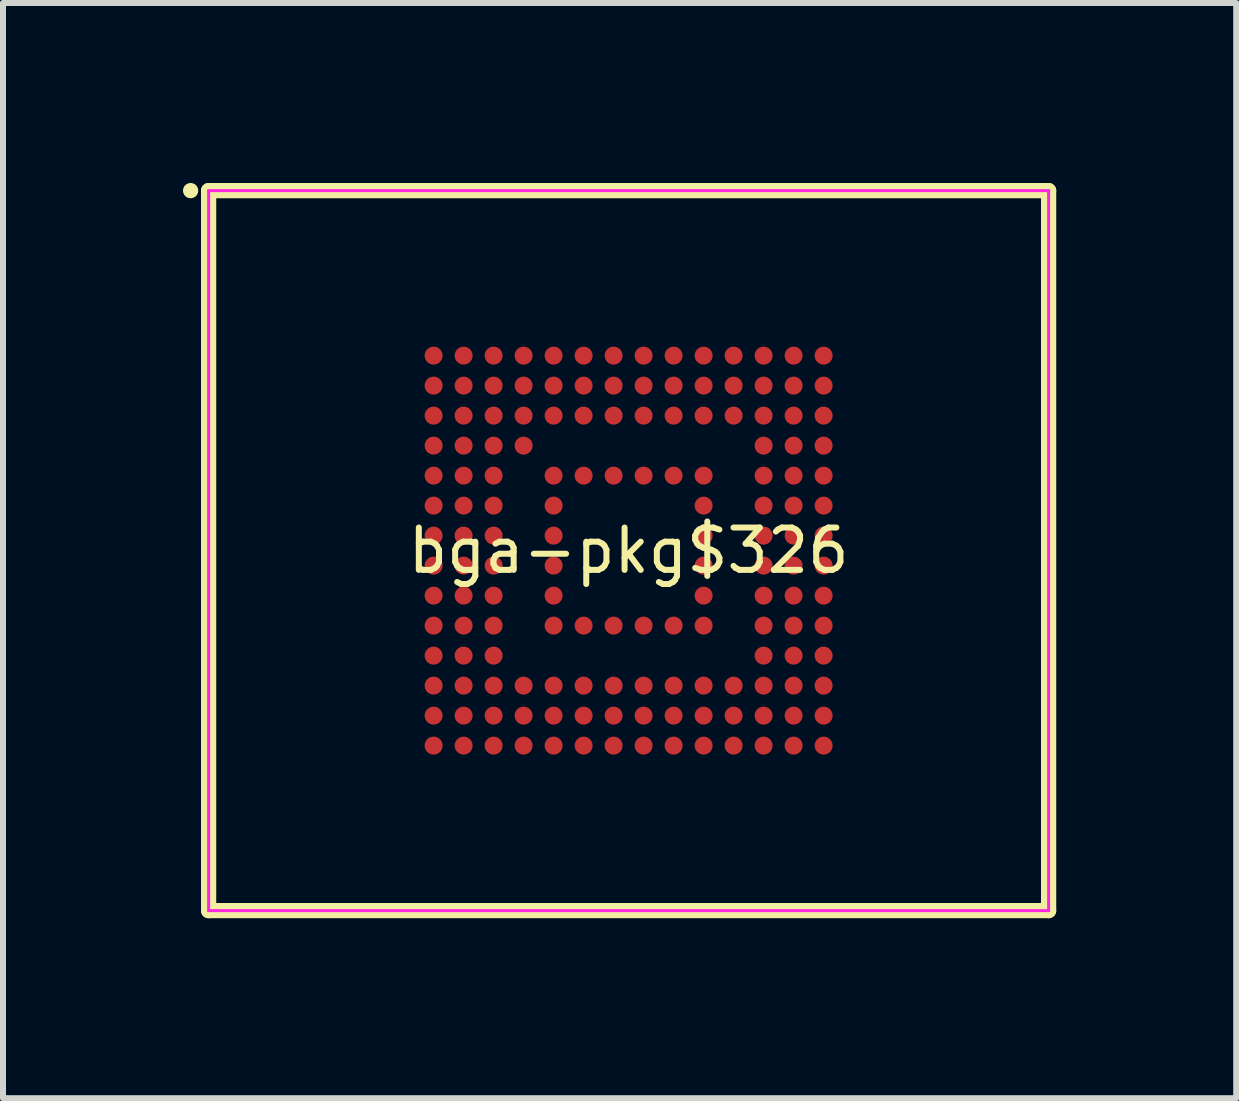
<source format=kicad_pcb>
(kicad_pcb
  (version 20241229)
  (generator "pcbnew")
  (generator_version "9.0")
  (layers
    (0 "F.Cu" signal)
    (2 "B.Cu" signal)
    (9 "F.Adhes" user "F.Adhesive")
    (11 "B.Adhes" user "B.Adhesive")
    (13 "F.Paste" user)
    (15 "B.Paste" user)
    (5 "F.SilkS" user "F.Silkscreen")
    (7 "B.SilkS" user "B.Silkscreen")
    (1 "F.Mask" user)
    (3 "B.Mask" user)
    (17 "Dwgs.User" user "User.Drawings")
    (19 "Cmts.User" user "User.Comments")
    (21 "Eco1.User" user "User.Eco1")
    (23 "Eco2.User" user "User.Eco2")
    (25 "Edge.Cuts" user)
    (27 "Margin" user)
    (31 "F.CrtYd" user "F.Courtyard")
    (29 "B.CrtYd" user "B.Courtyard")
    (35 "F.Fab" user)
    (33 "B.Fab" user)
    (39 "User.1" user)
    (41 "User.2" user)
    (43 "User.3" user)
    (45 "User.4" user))
  (footprint "bga-pkg$326"
    (layer "F.Cu")
    (at 7.427 6.127)
    (property "Reference" "bga-pkg$326" (at 0 0 0) (layer "F.SilkS") (effects (font (size 0.706 0.706) (thickness 0.1))))
    (attr through_hole)
    (fp_line (start -7 -6) (end -7 6) (stroke (width 0.254) (type solid)) (layer "F.SilkS"))
    (fp_line (start -7 6) (end 7 6) (stroke (width 0.254) (type solid)) (layer "F.SilkS"))
    (fp_line (start 7 -6) (end -7 -6) (stroke (width 0.254) (type solid)) (layer "F.SilkS"))
    (fp_line (start 7 6) (end 7 -6) (stroke (width 0.254) (type solid)) (layer "F.SilkS"))
    (fp_poly (pts (xy -7.173 -6) (xy -7.175 -6.025) (xy -7.183 -6.049) (xy -7.194 -6.071) (xy -7.21 -6.09) (xy -7.229 -6.106) (xy -7.251 -6.117) (xy -7.275 -6.125) (xy -7.3 -6.127) (xy -7.325 -6.125) (xy -7.349 -6.117) (xy -7.371 -6.106) (xy -7.39 -6.09) (xy -7.406 -6.071) (xy -7.417 -6.049) (xy -7.425 -6.025) (xy -7.427 -6) (xy -7.425 -5.975) (xy -7.417 -5.951) (xy -7.406 -5.929) (xy -7.39 -5.91) (xy -7.371 -5.894) (xy -7.349 -5.883) (xy -7.325 -5.875) (xy -7.3 -5.873) (xy -7.275 -5.875) (xy -7.251 -5.883) (xy -7.229 -5.894) (xy -7.21 -5.91) (xy -7.194 -5.929) (xy -7.183 -5.951) (xy -7.175 -5.975)) (stroke (width 0) (type solid)) (fill yes) (layer "F.SilkS"))
    (fp_line (start -7 -6) (end -7 6) (stroke (width 0.05) (type solid)) (layer "F.CrtYd"))
    (fp_line (start -7 6) (end 7 6) (stroke (width 0.05) (type solid)) (layer "F.CrtYd"))
    (fp_line (start 7 -6) (end -7 -6) (stroke (width 0.05) (type solid)) (layer "F.CrtYd"))
    (fp_line (start 7 6) (end 7 -6) (stroke (width 0.05) (type solid)) (layer "F.CrtYd"))
    (pad "A1" smd circle (at -3.25 -3.25) (size 0.3 0.3) (layers "F.Cu" "F.Mask" "F.Paste"))
    (pad "A2" smd circle (at -2.75 -3.25) (size 0.3 0.3) (layers "F.Cu" "F.Mask" "F.Paste"))
    (pad "A3" smd circle (at -2.25 -3.25) (size 0.3 0.3) (layers "F.Cu" "F.Mask" "F.Paste"))
    (pad "A4" smd circle (at -1.75 -3.25) (size 0.3 0.3) (layers "F.Cu" "F.Mask" "F.Paste"))
    (pad "A5" smd circle (at -1.25 -3.25) (size 0.3 0.3) (layers "F.Cu" "F.Mask" "F.Paste"))
    (pad "A6" smd circle (at -0.75 -3.25) (size 0.3 0.3) (layers "F.Cu" "F.Mask" "F.Paste"))
    (pad "A7" smd circle (at -0.25 -3.25) (size 0.3 0.3) (layers "F.Cu" "F.Mask" "F.Paste"))
    (pad "A8" smd circle (at 0.25 -3.25) (size 0.3 0.3) (layers "F.Cu" "F.Mask" "F.Paste"))
    (pad "A9" smd circle (at 0.75 -3.25) (size 0.3 0.3) (layers "F.Cu" "F.Mask" "F.Paste"))
    (pad "A10" smd circle (at 1.25 -3.25) (size 0.3 0.3) (layers "F.Cu" "F.Mask" "F.Paste"))
    (pad "A11" smd circle (at 1.75 -3.25) (size 0.3 0.3) (layers "F.Cu" "F.Mask" "F.Paste"))
    (pad "A12" smd circle (at 2.25 -3.25) (size 0.3 0.3) (layers "F.Cu" "F.Mask" "F.Paste"))
    (pad "A13" smd circle (at 2.75 -3.25) (size 0.3 0.3) (layers "F.Cu" "F.Mask" "F.Paste"))
    (pad "A14" smd circle (at 3.25 -3.25) (size 0.3 0.3) (layers "F.Cu" "F.Mask" "F.Paste"))
    (pad "B1" smd circle (at -3.25 -2.75) (size 0.3 0.3) (layers "F.Cu" "F.Mask" "F.Paste"))
    (pad "B2" smd circle (at -2.75 -2.75) (size 0.3 0.3) (layers "F.Cu" "F.Mask" "F.Paste"))
    (pad "B3" smd circle (at -2.25 -2.75) (size 0.3 0.3) (layers "F.Cu" "F.Mask" "F.Paste"))
    (pad "B4" smd circle (at -1.75 -2.75) (size 0.3 0.3) (layers "F.Cu" "F.Mask" "F.Paste"))
    (pad "B5" smd circle (at -1.25 -2.75) (size 0.3 0.3) (layers "F.Cu" "F.Mask" "F.Paste"))
    (pad "B6" smd circle (at -0.75 -2.75) (size 0.3 0.3) (layers "F.Cu" "F.Mask" "F.Paste"))
    (pad "B7" smd circle (at -0.25 -2.75) (size 0.3 0.3) (layers "F.Cu" "F.Mask" "F.Paste"))
    (pad "B8" smd circle (at 0.25 -2.75) (size 0.3 0.3) (layers "F.Cu" "F.Mask" "F.Paste"))
    (pad "B9" smd circle (at 0.75 -2.75) (size 0.3 0.3) (layers "F.Cu" "F.Mask" "F.Paste"))
    (pad "B10" smd circle (at 1.25 -2.75) (size 0.3 0.3) (layers "F.Cu" "F.Mask" "F.Paste"))
    (pad "B11" smd circle (at 1.75 -2.75) (size 0.3 0.3) (layers "F.Cu" "F.Mask" "F.Paste"))
    (pad "B12" smd circle (at 2.25 -2.75) (size 0.3 0.3) (layers "F.Cu" "F.Mask" "F.Paste"))
    (pad "B13" smd circle (at 2.75 -2.75) (size 0.3 0.3) (layers "F.Cu" "F.Mask" "F.Paste"))
    (pad "B14" smd circle (at 3.25 -2.75) (size 0.3 0.3) (layers "F.Cu" "F.Mask" "F.Paste"))
    (pad "C1" smd circle (at -3.25 -2.25) (size 0.3 0.3) (layers "F.Cu" "F.Mask" "F.Paste"))
    (pad "C2" smd circle (at -2.75 -2.25) (size 0.3 0.3) (layers "F.Cu" "F.Mask" "F.Paste"))
    (pad "C3" smd circle (at -2.25 -2.25) (size 0.3 0.3) (layers "F.Cu" "F.Mask" "F.Paste"))
    (pad "C4" smd circle (at -1.75 -2.25) (size 0.3 0.3) (layers "F.Cu" "F.Mask" "F.Paste"))
    (pad "C5" smd circle (at -1.25 -2.25) (size 0.3 0.3) (layers "F.Cu" "F.Mask" "F.Paste"))
    (pad "C6" smd circle (at -0.75 -2.25) (size 0.3 0.3) (layers "F.Cu" "F.Mask" "F.Paste"))
    (pad "C7" smd circle (at -0.25 -2.25) (size 0.3 0.3) (layers "F.Cu" "F.Mask" "F.Paste"))
    (pad "C8" smd circle (at 0.25 -2.25) (size 0.3 0.3) (layers "F.Cu" "F.Mask" "F.Paste"))
    (pad "C9" smd circle (at 0.75 -2.25) (size 0.3 0.3) (layers "F.Cu" "F.Mask" "F.Paste"))
    (pad "C10" smd circle (at 1.25 -2.25) (size 0.3 0.3) (layers "F.Cu" "F.Mask" "F.Paste"))
    (pad "C11" smd circle (at 1.75 -2.25) (size 0.3 0.3) (layers "F.Cu" "F.Mask" "F.Paste"))
    (pad "C12" smd circle (at 2.25 -2.25) (size 0.3 0.3) (layers "F.Cu" "F.Mask" "F.Paste"))
    (pad "C13" smd circle (at 2.75 -2.25) (size 0.3 0.3) (layers "F.Cu" "F.Mask" "F.Paste"))
    (pad "C14" smd circle (at 3.25 -2.25) (size 0.3 0.3) (layers "F.Cu" "F.Mask" "F.Paste"))
    (pad "D1" smd circle (at -3.25 -1.75) (size 0.3 0.3) (layers "F.Cu" "F.Mask" "F.Paste"))
    (pad "D2" smd circle (at -2.75 -1.75) (size 0.3 0.3) (layers "F.Cu" "F.Mask" "F.Paste"))
    (pad "D3" smd circle (at -2.25 -1.75) (size 0.3 0.3) (layers "F.Cu" "F.Mask" "F.Paste"))
    (pad "D4" smd circle (at -1.75 -1.75) (size 0.3 0.3) (layers "F.Cu" "F.Mask" "F.Paste"))
    (pad "D12" smd circle (at 2.25 -1.75) (size 0.3 0.3) (layers "F.Cu" "F.Mask" "F.Paste"))
    (pad "D13" smd circle (at 2.75 -1.75) (size 0.3 0.3) (layers "F.Cu" "F.Mask" "F.Paste"))
    (pad "D14" smd circle (at 3.25 -1.75) (size 0.3 0.3) (layers "F.Cu" "F.Mask" "F.Paste"))
    (pad "E1" smd circle (at -3.25 -1.25) (size 0.3 0.3) (layers "F.Cu" "F.Mask" "F.Paste"))
    (pad "E2" smd circle (at -2.75 -1.25) (size 0.3 0.3) (layers "F.Cu" "F.Mask" "F.Paste"))
    (pad "E3" smd circle (at -2.25 -1.25) (size 0.3 0.3) (layers "F.Cu" "F.Mask" "F.Paste"))
    (pad "E5" smd circle (at -1.25 -1.25) (size 0.3 0.3) (layers "F.Cu" "F.Mask" "F.Paste"))
    (pad "E6" smd circle (at -0.75 -1.25) (size 0.3 0.3) (layers "F.Cu" "F.Mask" "F.Paste"))
    (pad "E7" smd circle (at -0.25 -1.25) (size 0.3 0.3) (layers "F.Cu" "F.Mask" "F.Paste"))
    (pad "E8" smd circle (at 0.25 -1.25) (size 0.3 0.3) (layers "F.Cu" "F.Mask" "F.Paste"))
    (pad "E9" smd circle (at 0.75 -1.25) (size 0.3 0.3) (layers "F.Cu" "F.Mask" "F.Paste"))
    (pad "E10" smd circle (at 1.25 -1.25) (size 0.3 0.3) (layers "F.Cu" "F.Mask" "F.Paste"))
    (pad "E12" smd circle (at 2.25 -1.25) (size 0.3 0.3) (layers "F.Cu" "F.Mask" "F.Paste"))
    (pad "E13" smd circle (at 2.75 -1.25) (size 0.3 0.3) (layers "F.Cu" "F.Mask" "F.Paste"))
    (pad "E14" smd circle (at 3.25 -1.25) (size 0.3 0.3) (layers "F.Cu" "F.Mask" "F.Paste"))
    (pad "F1" smd circle (at -3.25 -0.75) (size 0.3 0.3) (layers "F.Cu" "F.Mask" "F.Paste"))
    (pad "F2" smd circle (at -2.75 -0.75) (size 0.3 0.3) (layers "F.Cu" "F.Mask" "F.Paste"))
    (pad "F3" smd circle (at -2.25 -0.75) (size 0.3 0.3) (layers "F.Cu" "F.Mask" "F.Paste"))
    (pad "F5" smd circle (at -1.25 -0.75) (size 0.3 0.3) (layers "F.Cu" "F.Mask" "F.Paste"))
    (pad "F10" smd circle (at 1.25 -0.75) (size 0.3 0.3) (layers "F.Cu" "F.Mask" "F.Paste"))
    (pad "F12" smd circle (at 2.25 -0.75) (size 0.3 0.3) (layers "F.Cu" "F.Mask" "F.Paste"))
    (pad "F13" smd circle (at 2.75 -0.75) (size 0.3 0.3) (layers "F.Cu" "F.Mask" "F.Paste"))
    (pad "F14" smd circle (at 3.25 -0.75) (size 0.3 0.3) (layers "F.Cu" "F.Mask" "F.Paste"))
    (pad "G1" smd circle (at -3.25 -0.25) (size 0.3 0.3) (layers "F.Cu" "F.Mask" "F.Paste"))
    (pad "G2" smd circle (at -2.75 -0.25) (size 0.3 0.3) (layers "F.Cu" "F.Mask" "F.Paste"))
    (pad "G3" smd circle (at -2.25 -0.25) (size 0.3 0.3) (layers "F.Cu" "F.Mask" "F.Paste"))
    (pad "G5" smd circle (at -1.25 -0.25) (size 0.3 0.3) (layers "F.Cu" "F.Mask" "F.Paste"))
    (pad "G10" smd circle (at 1.25 -0.25) (size 0.3 0.3) (layers "F.Cu" "F.Mask" "F.Paste"))
    (pad "G12" smd circle (at 2.25 -0.25) (size 0.3 0.3) (layers "F.Cu" "F.Mask" "F.Paste"))
    (pad "G13" smd circle (at 2.75 -0.25) (size 0.3 0.3) (layers "F.Cu" "F.Mask" "F.Paste"))
    (pad "G14" smd circle (at 3.25 -0.25) (size 0.3 0.3) (layers "F.Cu" "F.Mask" "F.Paste"))
    (pad "H1" smd circle (at -3.25 0.25) (size 0.3 0.3) (layers "F.Cu" "F.Mask" "F.Paste"))
    (pad "H2" smd circle (at -2.75 0.25) (size 0.3 0.3) (layers "F.Cu" "F.Mask" "F.Paste"))
    (pad "H3" smd circle (at -2.25 0.25) (size 0.3 0.3) (layers "F.Cu" "F.Mask" "F.Paste"))
    (pad "H5" smd circle (at -1.25 0.25) (size 0.3 0.3) (layers "F.Cu" "F.Mask" "F.Paste"))
    (pad "H10" smd circle (at 1.25 0.25) (size 0.3 0.3) (layers "F.Cu" "F.Mask" "F.Paste"))
    (pad "H12" smd circle (at 2.25 0.25) (size 0.3 0.3) (layers "F.Cu" "F.Mask" "F.Paste"))
    (pad "H13" smd circle (at 2.75 0.25) (size 0.3 0.3) (layers "F.Cu" "F.Mask" "F.Paste"))
    (pad "H14" smd circle (at 3.25 0.25) (size 0.3 0.3) (layers "F.Cu" "F.Mask" "F.Paste"))
    (pad "J1" smd circle (at -3.25 0.75) (size 0.3 0.3) (layers "F.Cu" "F.Mask" "F.Paste"))
    (pad "J2" smd circle (at -2.75 0.75) (size 0.3 0.3) (layers "F.Cu" "F.Mask" "F.Paste"))
    (pad "J3" smd circle (at -2.25 0.75) (size 0.3 0.3) (layers "F.Cu" "F.Mask" "F.Paste"))
    (pad "J5" smd circle (at -1.25 0.75) (size 0.3 0.3) (layers "F.Cu" "F.Mask" "F.Paste"))
    (pad "J10" smd circle (at 1.25 0.75) (size 0.3 0.3) (layers "F.Cu" "F.Mask" "F.Paste"))
    (pad "J12" smd circle (at 2.25 0.75) (size 0.3 0.3) (layers "F.Cu" "F.Mask" "F.Paste"))
    (pad "J13" smd circle (at 2.75 0.75) (size 0.3 0.3) (layers "F.Cu" "F.Mask" "F.Paste"))
    (pad "J14" smd circle (at 3.25 0.75) (size 0.3 0.3) (layers "F.Cu" "F.Mask" "F.Paste"))
    (pad "K1" smd circle (at -3.25 1.25) (size 0.3 0.3) (layers "F.Cu" "F.Mask" "F.Paste"))
    (pad "K2" smd circle (at -2.75 1.25) (size 0.3 0.3) (layers "F.Cu" "F.Mask" "F.Paste"))
    (pad "K3" smd circle (at -2.25 1.25) (size 0.3 0.3) (layers "F.Cu" "F.Mask" "F.Paste"))
    (pad "K5" smd circle (at -1.25 1.25) (size 0.3 0.3) (layers "F.Cu" "F.Mask" "F.Paste"))
    (pad "K6" smd circle (at -0.75 1.25) (size 0.3 0.3) (layers "F.Cu" "F.Mask" "F.Paste"))
    (pad "K7" smd circle (at -0.25 1.25) (size 0.3 0.3) (layers "F.Cu" "F.Mask" "F.Paste"))
    (pad "K8" smd circle (at 0.25 1.25) (size 0.3 0.3) (layers "F.Cu" "F.Mask" "F.Paste"))
    (pad "K9" smd circle (at 0.75 1.25) (size 0.3 0.3) (layers "F.Cu" "F.Mask" "F.Paste"))
    (pad "K10" smd circle (at 1.25 1.25) (size 0.3 0.3) (layers "F.Cu" "F.Mask" "F.Paste"))
    (pad "K12" smd circle (at 2.25 1.25) (size 0.3 0.3) (layers "F.Cu" "F.Mask" "F.Paste"))
    (pad "K13" smd circle (at 2.75 1.25) (size 0.3 0.3) (layers "F.Cu" "F.Mask" "F.Paste"))
    (pad "K14" smd circle (at 3.25 1.25) (size 0.3 0.3) (layers "F.Cu" "F.Mask" "F.Paste"))
    (pad "L1" smd circle (at -3.25 1.75) (size 0.3 0.3) (layers "F.Cu" "F.Mask" "F.Paste"))
    (pad "L2" smd circle (at -2.75 1.75) (size 0.3 0.3) (layers "F.Cu" "F.Mask" "F.Paste"))
    (pad "L3" smd circle (at -2.25 1.75) (size 0.3 0.3) (layers "F.Cu" "F.Mask" "F.Paste"))
    (pad "L12" smd circle (at 2.25 1.75) (size 0.3 0.3) (layers "F.Cu" "F.Mask" "F.Paste"))
    (pad "L13" smd circle (at 2.75 1.75) (size 0.3 0.3) (layers "F.Cu" "F.Mask" "F.Paste"))
    (pad "L14" smd circle (at 3.25 1.75) (size 0.3 0.3) (layers "F.Cu" "F.Mask" "F.Paste"))
    (pad "M1" smd circle (at -3.25 2.25) (size 0.3 0.3) (layers "F.Cu" "F.Mask" "F.Paste"))
    (pad "M2" smd circle (at -2.75 2.25) (size 0.3 0.3) (layers "F.Cu" "F.Mask" "F.Paste"))
    (pad "M3" smd circle (at -2.25 2.25) (size 0.3 0.3) (layers "F.Cu" "F.Mask" "F.Paste"))
    (pad "M4" smd circle (at -1.75 2.25) (size 0.3 0.3) (layers "F.Cu" "F.Mask" "F.Paste"))
    (pad "M5" smd circle (at -1.25 2.25) (size 0.3 0.3) (layers "F.Cu" "F.Mask" "F.Paste"))
    (pad "M6" smd circle (at -0.75 2.25) (size 0.3 0.3) (layers "F.Cu" "F.Mask" "F.Paste"))
    (pad "M7" smd circle (at -0.25 2.25) (size 0.3 0.3) (layers "F.Cu" "F.Mask" "F.Paste"))
    (pad "M8" smd circle (at 0.25 2.25) (size 0.3 0.3) (layers "F.Cu" "F.Mask" "F.Paste"))
    (pad "M9" smd circle (at 0.75 2.25) (size 0.3 0.3) (layers "F.Cu" "F.Mask" "F.Paste"))
    (pad "M10" smd circle (at 1.25 2.25) (size 0.3 0.3) (layers "F.Cu" "F.Mask" "F.Paste"))
    (pad "M11" smd circle (at 1.75 2.25) (size 0.3 0.3) (layers "F.Cu" "F.Mask" "F.Paste"))
    (pad "M12" smd circle (at 2.25 2.25) (size 0.3 0.3) (layers "F.Cu" "F.Mask" "F.Paste"))
    (pad "M13" smd circle (at 2.75 2.25) (size 0.3 0.3) (layers "F.Cu" "F.Mask" "F.Paste"))
    (pad "M14" smd circle (at 3.25 2.25) (size 0.3 0.3) (layers "F.Cu" "F.Mask" "F.Paste"))
    (pad "N1" smd circle (at -3.25 2.75) (size 0.3 0.3) (layers "F.Cu" "F.Mask" "F.Paste"))
    (pad "N2" smd circle (at -2.75 2.75) (size 0.3 0.3) (layers "F.Cu" "F.Mask" "F.Paste"))
    (pad "N3" smd circle (at -2.25 2.75) (size 0.3 0.3) (layers "F.Cu" "F.Mask" "F.Paste"))
    (pad "N4" smd circle (at -1.75 2.75) (size 0.3 0.3) (layers "F.Cu" "F.Mask" "F.Paste"))
    (pad "N5" smd circle (at -1.25 2.75) (size 0.3 0.3) (layers "F.Cu" "F.Mask" "F.Paste"))
    (pad "N6" smd circle (at -0.75 2.75) (size 0.3 0.3) (layers "F.Cu" "F.Mask" "F.Paste"))
    (pad "N7" smd circle (at -0.25 2.75) (size 0.3 0.3) (layers "F.Cu" "F.Mask" "F.Paste"))
    (pad "N8" smd circle (at 0.25 2.75) (size 0.3 0.3) (layers "F.Cu" "F.Mask" "F.Paste"))
    (pad "N9" smd circle (at 0.75 2.75) (size 0.3 0.3) (layers "F.Cu" "F.Mask" "F.Paste"))
    (pad "N10" smd circle (at 1.25 2.75) (size 0.3 0.3) (layers "F.Cu" "F.Mask" "F.Paste"))
    (pad "N11" smd circle (at 1.75 2.75) (size 0.3 0.3) (layers "F.Cu" "F.Mask" "F.Paste"))
    (pad "N12" smd circle (at 2.25 2.75) (size 0.3 0.3) (layers "F.Cu" "F.Mask" "F.Paste"))
    (pad "N13" smd circle (at 2.75 2.75) (size 0.3 0.3) (layers "F.Cu" "F.Mask" "F.Paste"))
    (pad "N14" smd circle (at 3.25 2.75) (size 0.3 0.3) (layers "F.Cu" "F.Mask" "F.Paste"))
    (pad "P1" smd circle (at -3.25 3.25) (size 0.3 0.3) (layers "F.Cu" "F.Mask" "F.Paste"))
    (pad "P2" smd circle (at -2.75 3.25) (size 0.3 0.3) (layers "F.Cu" "F.Mask" "F.Paste"))
    (pad "P3" smd circle (at -2.25 3.25) (size 0.3 0.3) (layers "F.Cu" "F.Mask" "F.Paste"))
    (pad "P4" smd circle (at -1.75 3.25) (size 0.3 0.3) (layers "F.Cu" "F.Mask" "F.Paste"))
    (pad "P5" smd circle (at -1.25 3.25) (size 0.3 0.3) (layers "F.Cu" "F.Mask" "F.Paste"))
    (pad "P6" smd circle (at -0.75 3.25) (size 0.3 0.3) (layers "F.Cu" "F.Mask" "F.Paste"))
    (pad "P7" smd circle (at -0.25 3.25) (size 0.3 0.3) (layers "F.Cu" "F.Mask" "F.Paste"))
    (pad "P8" smd circle (at 0.25 3.25) (size 0.3 0.3) (layers "F.Cu" "F.Mask" "F.Paste"))
    (pad "P9" smd circle (at 0.75 3.25) (size 0.3 0.3) (layers "F.Cu" "F.Mask" "F.Paste"))
    (pad "P10" smd circle (at 1.25 3.25) (size 0.3 0.3) (layers "F.Cu" "F.Mask" "F.Paste"))
    (pad "P11" smd circle (at 1.75 3.25) (size 0.3 0.3) (layers "F.Cu" "F.Mask" "F.Paste"))
    (pad "P12" smd circle (at 2.25 3.25) (size 0.3 0.3) (layers "F.Cu" "F.Mask" "F.Paste"))
    (pad "P13" smd circle (at 2.75 3.25) (size 0.3 0.3) (layers "F.Cu" "F.Mask" "F.Paste"))
    (pad "P14" smd circle (at 3.25 3.25) (size 0.3 0.3) (layers "F.Cu" "F.Mask" "F.Paste")))
  (gr_rect
    (start -3 -3)
    (end 17.554 15.254)
    (stroke (width 0.1) (type default))
    (fill no)
    (layer "Edge.Cuts")))
</source>
